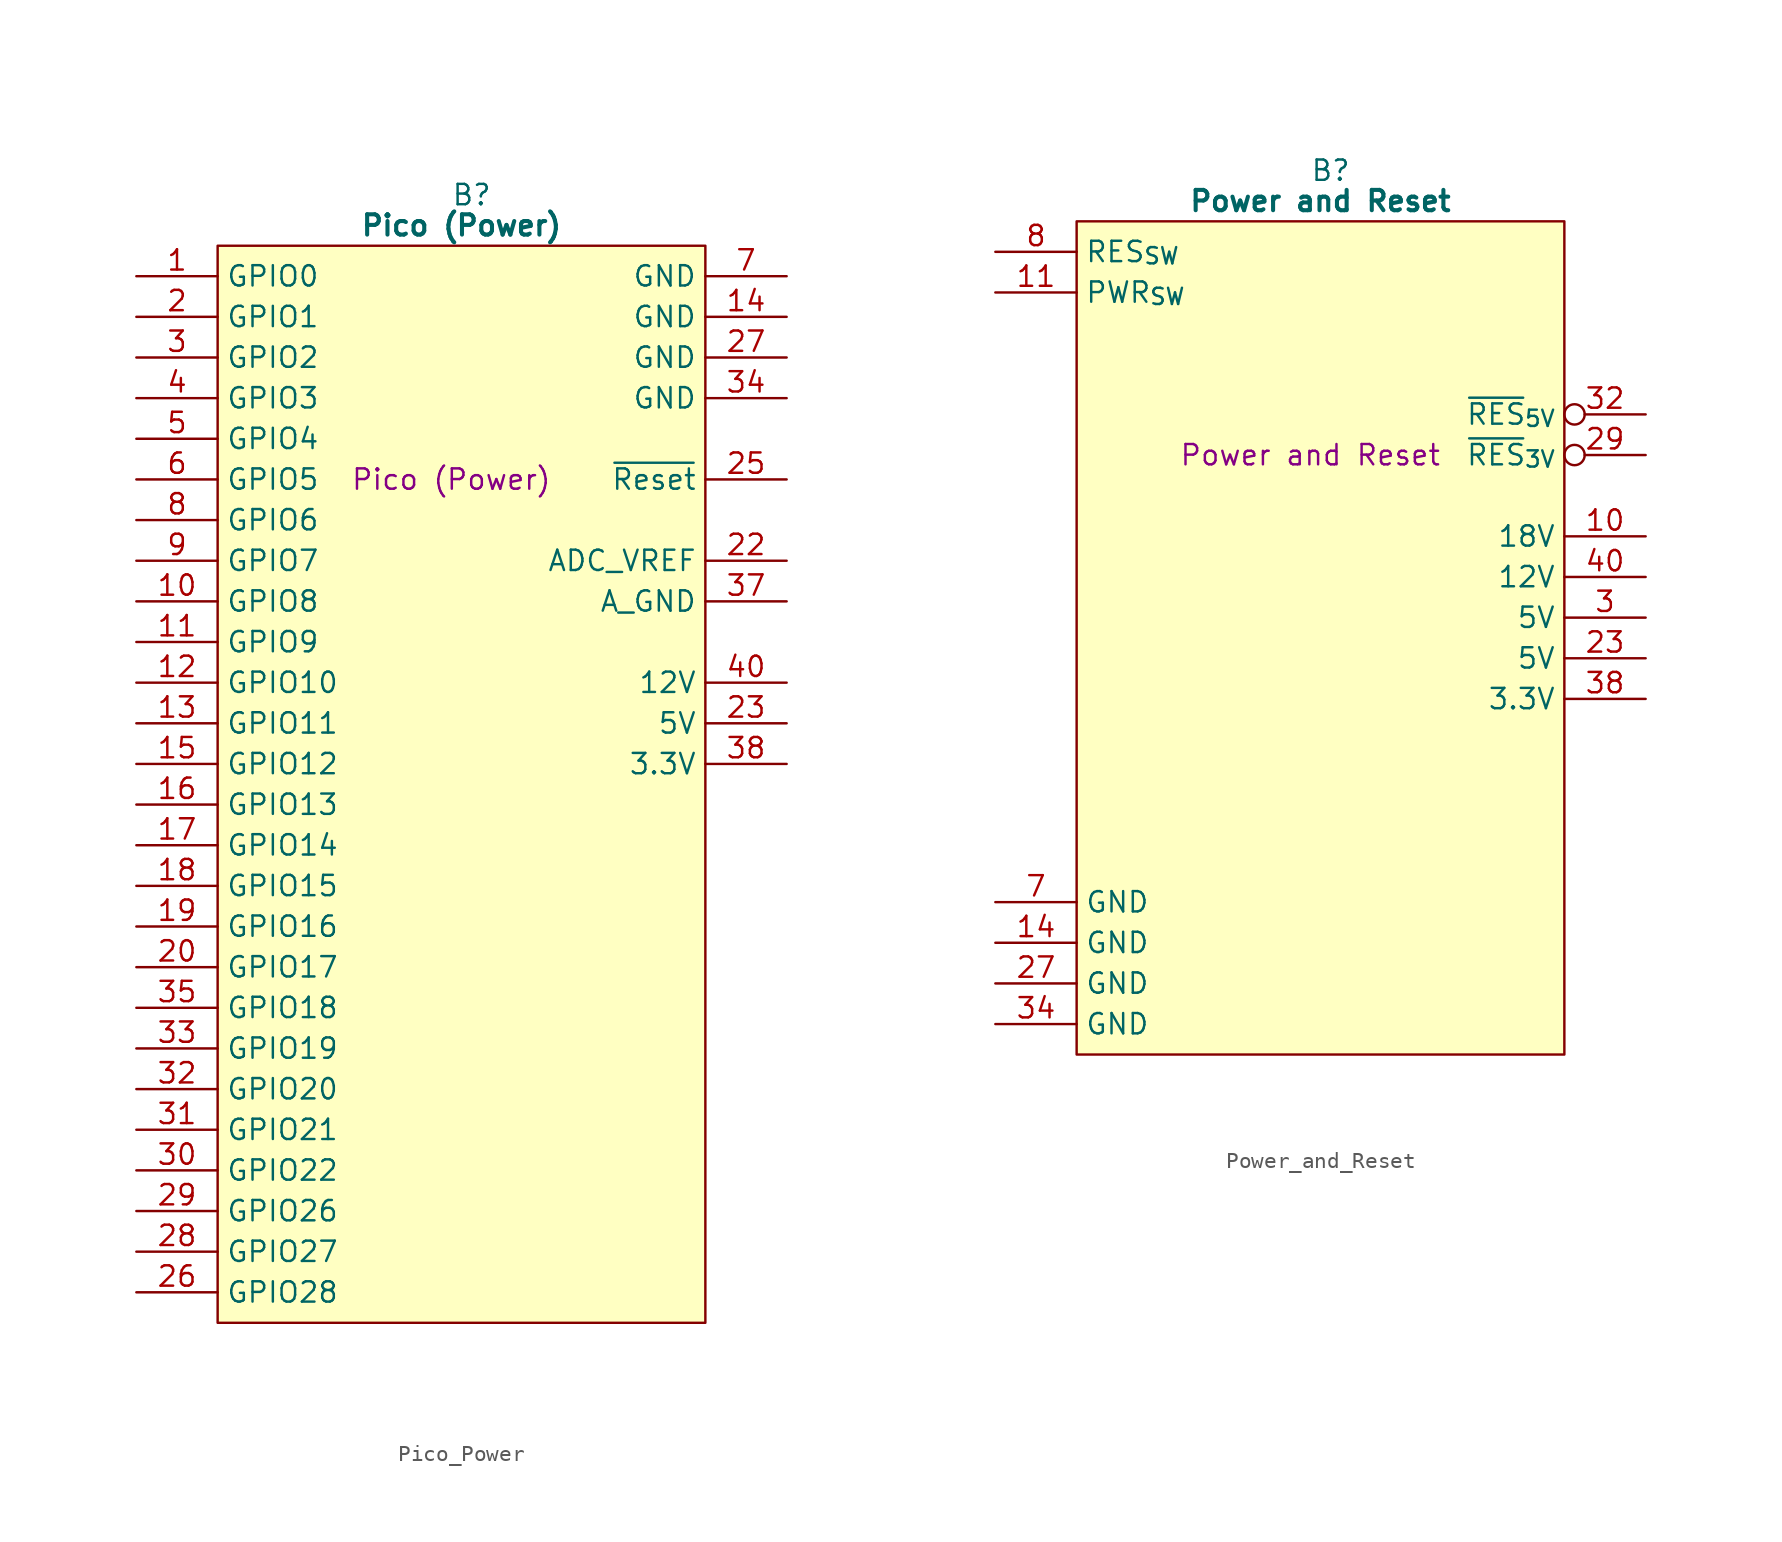
<source format=kicad_sym>
(kicad_symbol_lib
  (version 20241209)
  (generator "kicad_symbol_editor")
  (generator_version "9.0")
  (symbol "Pico_Power"
    (property "Reference" "B"
      (at 15.875 5.08 0)
      (effects (font (size 1.27 1.27))))
    (property "Value" "Pico (Power)"
      (at 15.24 3.175 0)
      (effects (font (size 1.27 1.27) (bold yes))))
    (property "Description" "Pico (Power)"
      (at 14.605 -12.7 0)
      (effects (font (size 1.27 1.27))))
    (symbol "Pico_Power_0_1"
      (polyline (pts (xy 0 1.905) (xy 30.48 1.905) (xy 30.48 -65.405) (xy 0 -65.405) (xy 0 1.905)) (stroke (width 0.152) (type default)) (fill (type background))))
    (symbol "Pico_Power_1_0"
      (pin tri_state line (at -5.08 -45.72 0) (length 5.08) (name "GPIO18" (effects (font (size 1.27 1.27)))) (number "35" (effects (font (size 1.27 1.27)))))
      (pin tri_state line (at -5.08 -48.26 0) (length 5.08) (name "GPIO19" (effects (font (size 1.27 1.27)))) (number "33" (effects (font (size 1.27 1.27)))))
      (pin tri_state line (at -5.08 -50.8 0) (length 5.08) (name "GPIO20" (effects (font (size 1.27 1.27)))) (number "32" (effects (font (size 1.27 1.27)))))
      (pin passive line (at 35.56 -7.62 180) (length 5.08) (name "GND" (effects (font (size 1.27 1.27)))) (number "34" (effects (font (size 1.27 1.27)))))
      (pin passive line (at 35.56 -20.32 180) (length 5.08) (name "A_GND" (effects (font (size 1.27 1.27)))) (number "37" (effects (font (size 1.27 1.27)))))
      (pin passive line (at 35.56 -30.48 180) (length 5.08) (name "3.3V" (effects (font (size 1.27 1.27)))) (number "38" (effects (font (size 1.27 1.27)))))
      (pin no_connect line (at 35.56 -60.96 180) (length 5.08) (hide yes) (name "N.C." (effects (font (size 1.27 1.27)))) (number "36" (effects (font (size 1.27 1.27)))))
      (pin no_connect line (at 35.56 -63.5 180) (length 5.08) (hide yes) (name "N.C." (effects (font (size 1.27 1.27)))) (number "39" (effects (font (size 1.27 1.27))))))
    (symbol "Pico_Power_1_1"
      (pin tri_state line (at -5.08 0 0) (length 5.08) (name "GPIO0" (effects (font (size 1.27 1.27)))) (number "1" (effects (font (size 1.27 1.27)))))
      (pin tri_state line (at -5.08 -2.54 0) (length 5.08) (name "GPIO1" (effects (font (size 1.27 1.27)))) (number "2" (effects (font (size 1.27 1.27)))))
      (pin tri_state line (at -5.08 -5.08 0) (length 5.08) (name "GPIO2" (effects (font (size 1.27 1.27)))) (number "3" (effects (font (size 1.27 1.27)))))
      (pin tri_state line (at -5.08 -7.62 0) (length 5.08) (name "GPIO3" (effects (font (size 1.27 1.27)))) (number "4" (effects (font (size 1.27 1.27)))))
      (pin tri_state line (at -5.08 -10.16 0) (length 5.08) (name "GPIO4" (effects (font (size 1.27 1.27)))) (number "5" (effects (font (size 1.27 1.27)))))
      (pin tri_state line (at -5.08 -12.7 0) (length 5.08) (name "GPIO5" (effects (font (size 1.27 1.27)))) (number "6" (effects (font (size 1.27 1.27)))))
      (pin tri_state line (at -5.08 -15.24 0) (length 5.08) (name "GPIO6" (effects (font (size 1.27 1.27)))) (number "8" (effects (font (size 1.27 1.27)))))
      (pin tri_state line (at -5.08 -17.78 0) (length 5.08) (name "GPIO7" (effects (font (size 1.27 1.27)))) (number "9" (effects (font (size 1.27 1.27)))))
      (pin tri_state line (at -5.08 -20.32 0) (length 5.08) (name "GPIO8" (effects (font (size 1.27 1.27)))) (number "10" (effects (font (size 1.27 1.27)))))
      (pin tri_state line (at -5.08 -22.86 0) (length 5.08) (name "GPIO9" (effects (font (size 1.27 1.27)))) (number "11" (effects (font (size 1.27 1.27)))))
      (pin tri_state line (at -5.08 -25.4 0) (length 5.08) (name "GPIO10" (effects (font (size 1.27 1.27)))) (number "12" (effects (font (size 1.27 1.27)))))
      (pin tri_state line (at -5.08 -27.94 0) (length 5.08) (name "GPIO11" (effects (font (size 1.27 1.27)))) (number "13" (effects (font (size 1.27 1.27)))))
      (pin tri_state line (at -5.08 -30.48 0) (length 5.08) (name "GPIO12" (effects (font (size 1.27 1.27)))) (number "15" (effects (font (size 1.27 1.27)))))
      (pin tri_state line (at -5.08 -33.02 0) (length 5.08) (name "GPIO13" (effects (font (size 1.27 1.27)))) (number "16" (effects (font (size 1.27 1.27)))))
      (pin tri_state line (at -5.08 -35.56 0) (length 5.08) (name "GPIO14" (effects (font (size 1.27 1.27)))) (number "17" (effects (font (size 1.27 1.27)))))
      (pin tri_state line (at -5.08 -38.1 0) (length 5.08) (name "GPIO15" (effects (font (size 1.27 1.27)))) (number "18" (effects (font (size 1.27 1.27)))))
      (pin tri_state line (at -5.08 -40.64 0) (length 5.08) (name "GPIO16" (effects (font (size 1.27 1.27)))) (number "19" (effects (font (size 1.27 1.27)))))
      (pin tri_state line (at -5.08 -43.18 0) (length 5.08) (name "GPIO17" (effects (font (size 1.27 1.27)))) (number "20" (effects (font (size 1.27 1.27)))))
      (pin tri_state line (at -5.08 -53.34 0) (length 5.08) (name "GPIO21" (effects (font (size 1.27 1.27)))) (number "31" (effects (font (size 1.27 1.27)))))
      (pin tri_state line (at -5.08 -55.88 0) (length 5.08) (name "GPIO22" (effects (font (size 1.27 1.27)))) (number "30" (effects (font (size 1.27 1.27)))))
      (pin tri_state line (at -5.08 -58.42 0) (length 5.08) (name "GPIO26" (effects (font (size 1.27 1.27)))) (number "29" (effects (font (size 1.27 1.27)))))
      (pin tri_state line (at -5.08 -60.96 0) (length 5.08) (name "GPIO27" (effects (font (size 1.27 1.27)))) (number "28" (effects (font (size 1.27 1.27)))))
      (pin tri_state line (at -5.08 -63.5 0) (length 5.08) (name "GPIO28" (effects (font (size 1.27 1.27)))) (number "26" (effects (font (size 1.27 1.27)))))
      (pin passive line (at 35.56 0 180) (length 5.08) (name "GND" (effects (font (size 1.27 1.27)))) (number "7" (effects (font (size 1.27 1.27)))))
      (pin passive line (at 35.56 -2.54 180) (length 5.08) (name "GND" (effects (font (size 1.27 1.27)))) (number "14" (effects (font (size 1.27 1.27)))))
      (pin passive line (at 35.56 -5.08 180) (length 5.08) (name "GND" (effects (font (size 1.27 1.27)))) (number "27" (effects (font (size 1.27 1.27)))))
      (pin output line (at 35.56 -12.7 180) (length 5.08) (name "~{Reset}" (effects (font (size 1.27 1.27)))) (number "25" (effects (font (size 1.27 1.27)))))
      (pin passive line (at 35.56 -17.78 180) (length 5.08) (name "ADC_VREF" (effects (font (size 1.27 1.27)))) (number "22" (effects (font (size 1.27 1.27)))))
      (pin passive line (at 35.56 -25.4 180) (length 5.08) (name "12V" (effects (font (size 1.27 1.27)))) (number "40" (effects (font (size 1.27 1.27)))))
      (pin passive line (at 35.56 -27.94 180) (length 5.08) (name "5V" (effects (font (size 1.27 1.27)))) (number "23" (effects (font (size 1.27 1.27)))))
      (pin no_connect line (at 35.56 -55.88 180) (length 5.08) (hide yes) (name "N.C." (effects (font (size 1.27 1.27)))) (number "21" (effects (font (size 1.27 1.27)))))
      (pin no_connect line (at 35.56 -58.42 180) (length 5.08) (hide yes) (name "N.C." (effects (font (size 1.27 1.27)))) (number "24" (effects (font (size 1.27 1.27)))))))
  (symbol "Power_and_Reset"
    (property "Reference" "B"
      (at 15.875 5.08 0)
      (effects (font (size 1.27 1.27))))
    (property "Value" "Power and Reset"
      (at 15.24 3.175 0)
      (effects (font (size 1.27 1.27) (bold yes))))
    (property "Description" "Power and Reset"
      (at 14.605 -12.7 0)
      (effects (font (size 1.27 1.27))))
    (symbol "Power_and_Reset_0_1"
      (polyline (pts (xy 0 1.905) (xy 30.48 1.905) (xy 30.48 -50.165) (xy 0 -50.165) (xy 0 1.905)) (stroke (width 0.152) (type default)) (fill (type background))))
    (symbol "Power_and_Reset_1_0"
      (pin output inverted (at 35.56 -10.16 180) (length 5.08) (name "~{RES}_{5V}" (effects (font (size 1.27 1.27)))) (number "32" (effects (font (size 1.27 1.27)))))
      (pin passive line (at 35.56 -20.32 180) (length 5.08) (name "12V" (effects (font (size 1.27 1.27)))) (number "40" (effects (font (size 1.27 1.27)))))
      (pin no_connect line (at 35.56 -45.72 180) (length 5.08) (hide yes) (name "N.C." (effects (font (size 1.27 1.27)))) (number "39" (effects (font (size 1.27 1.27))))))
    (symbol "Power_and_Reset_1_1"
      (pin passive line (at -5.08 0 0) (length 5.08) (name "RES_{SW}" (effects (font (size 1.27 1.27)))) (number "8" (effects (font (size 1.27 1.27)))))
      (pin passive line (at -5.08 -2.54 0) (length 5.08) (name "PWR_{SW}" (effects (font (size 1.27 1.27)))) (number "11" (effects (font (size 1.27 1.27)))))
      (pin no_connect line (at -5.08 -5.08 0) (length 5.08) (hide yes) (name "N.C." (effects (font (size 1.27 1.27)))) (number "2" (effects (font (size 1.27 1.27)))))
      (pin no_connect line (at -5.08 -7.62 0) (length 5.08) (hide yes) (name "N.C." (effects (font (size 1.27 1.27)))) (number "4" (effects (font (size 1.27 1.27)))))
      (pin no_connect line (at -5.08 -10.16 0) (length 5.08) (hide yes) (name "N.C." (effects (font (size 1.27 1.27)))) (number "5" (effects (font (size 1.27 1.27)))))
      (pin no_connect line (at -5.08 -12.7 0) (length 5.08) (hide yes) (name "N.C." (effects (font (size 1.27 1.27)))) (number "6" (effects (font (size 1.27 1.27)))))
      (pin no_connect line (at -5.08 -15.24 0) (length 5.08) (hide yes) (name "N.C." (effects (font (size 1.27 1.27)))) (number "9" (effects (font (size 1.27 1.27)))))
      (pin no_connect line (at -5.08 -17.78 0) (length 5.08) (hide yes) (name "N.C." (effects (font (size 1.27 1.27)))) (number "12" (effects (font (size 1.27 1.27)))))
      (pin no_connect line (at -5.08 -20.32 0) (length 5.08) (hide yes) (name "N.C." (effects (font (size 1.27 1.27)))) (number "13" (effects (font (size 1.27 1.27)))))
      (pin no_connect line (at -5.08 -22.86 0) (length 5.08) (hide yes) (name "N.C." (effects (font (size 1.27 1.27)))) (number "15" (effects (font (size 1.27 1.27)))))
      (pin no_connect line (at -5.08 -25.4 0) (length 5.08) (hide yes) (name "N.C." (effects (font (size 1.27 1.27)))) (number "16" (effects (font (size 1.27 1.27)))))
      (pin no_connect line (at -5.08 -27.94 0) (length 5.08) (hide yes) (name "N.C." (effects (font (size 1.27 1.27)))) (number "17" (effects (font (size 1.27 1.27)))))
      (pin no_connect line (at -5.08 -30.48 0) (length 5.08) (hide yes) (name "N.C." (effects (font (size 1.27 1.27)))) (number "18" (effects (font (size 1.27 1.27)))))
      (pin no_connect line (at -5.08 -33.02 0) (length 5.08) (hide yes) (name "N.C." (effects (font (size 1.27 1.27)))) (number "19" (effects (font (size 1.27 1.27)))))
      (pin no_connect line (at -5.08 -35.56 0) (length 5.08) (hide yes) (name "N.C." (effects (font (size 1.27 1.27)))) (number "20" (effects (font (size 1.27 1.27)))))
      (pin no_connect line (at -5.08 -38.1 0) (length 5.08) (hide yes) (name "N.C." (effects (font (size 1.27 1.27)))) (number "21" (effects (font (size 1.27 1.27)))))
      (pin passive line (at -5.08 -40.64 0) (length 5.08) (name "GND" (effects (font (size 1.27 1.27)))) (number "7" (effects (font (size 1.27 1.27)))))
      (pin passive line (at -5.08 -43.18 0) (length 5.08) (name "GND" (effects (font (size 1.27 1.27)))) (number "14" (effects (font (size 1.27 1.27)))))
      (pin passive line (at -5.08 -45.72 0) (length 5.08) (name "GND" (effects (font (size 1.27 1.27)))) (number "27" (effects (font (size 1.27 1.27)))))
      (pin passive line (at -5.08 -48.26 0) (length 5.08) (name "GND" (effects (font (size 1.27 1.27)))) (number "34" (effects (font (size 1.27 1.27)))))
      (pin no_connect line (at 35.56 0 180) (length 5.08) (hide yes) (name "N.C." (effects (font (size 1.27 1.27)))) (number "22" (effects (font (size 1.27 1.27)))))
      (pin no_connect line (at 35.56 -2.54 180) (length 5.08) (hide yes) (name "N.C." (effects (font (size 1.27 1.27)))) (number "24" (effects (font (size 1.27 1.27)))))
      (pin no_connect line (at 35.56 -5.08 180) (length 5.08) (hide yes) (name "N.C." (effects (font (size 1.27 1.27)))) (number "25" (effects (font (size 1.27 1.27)))))
      (pin no_connect line (at 35.56 -7.62 180) (length 5.08) (hide yes) (name "N.C." (effects (font (size 1.27 1.27)))) (number "26" (effects (font (size 1.27 1.27)))))
      (pin output inverted (at 35.56 -12.7 180) (length 5.08) (name "~{RES}_{3V}" (effects (font (size 1.27 1.27)))) (number "29" (effects (font (size 1.27 1.27)))))
      (pin no_connect line (at 35.56 -15.24 180) (length 5.08) (hide yes) (name "N.C." (effects (font (size 1.27 1.27)))) (number "1" (effects (font (size 1.27 1.27)))))
      (pin passive line (at 35.56 -17.78 180) (length 5.08) (name "18V" (effects (font (size 1.27 1.27)))) (number "10" (effects (font (size 1.27 1.27)))))
      (pin passive line (at 35.56 -22.86 180) (length 5.08) (name "5V" (effects (font (size 1.27 1.27)))) (number "3" (effects (font (size 1.27 1.27)))))
      (pin passive line (at 35.56 -25.4 180) (length 5.08) (name "5V" (effects (font (size 1.27 1.27)))) (number "23" (effects (font (size 1.27 1.27)))))
      (pin passive line (at 35.56 -27.94 180) (length 5.08) (name "3.3V" (effects (font (size 1.27 1.27)))) (number "38" (effects (font (size 1.27 1.27)))))
      (pin no_connect line (at 35.56 -30.48 180) (length 5.08) (hide yes) (name "N.C." (effects (font (size 1.27 1.27)))) (number "30" (effects (font (size 1.27 1.27)))))
      (pin no_connect line (at 35.56 -33.02 180) (length 5.08) (hide yes) (name "N.C." (effects (font (size 1.27 1.27)))) (number "31" (effects (font (size 1.27 1.27)))))
      (pin no_connect line (at 35.56 -35.56 180) (length 5.08) (hide yes) (name "N.C." (effects (font (size 1.27 1.27)))) (number "33" (effects (font (size 1.27 1.27)))))
      (pin no_connect line (at 35.56 -38.1 180) (length 5.08) (hide yes) (name "N.C." (effects (font (size 1.27 1.27)))) (number "35" (effects (font (size 1.27 1.27)))))
      (pin no_connect line (at 35.56 -40.64 180) (length 5.08) (hide yes) (name "N.C." (effects (font (size 1.27 1.27)))) (number "36" (effects (font (size 1.27 1.27)))))
      (pin no_connect line (at 35.56 -43.18 180) (length 5.08) (hide yes) (name "N.C." (effects (font (size 1.27 1.27)))) (number "37" (effects (font (size 1.27 1.27)))))
      (pin no_connect line (at 35.56 -48.26 180) (length 5.08) (hide yes) (name "N.C." (effects (font (size 1.27 1.27)))) (number "28" (effects (font (size 1.27 1.27))))))))
</source>
